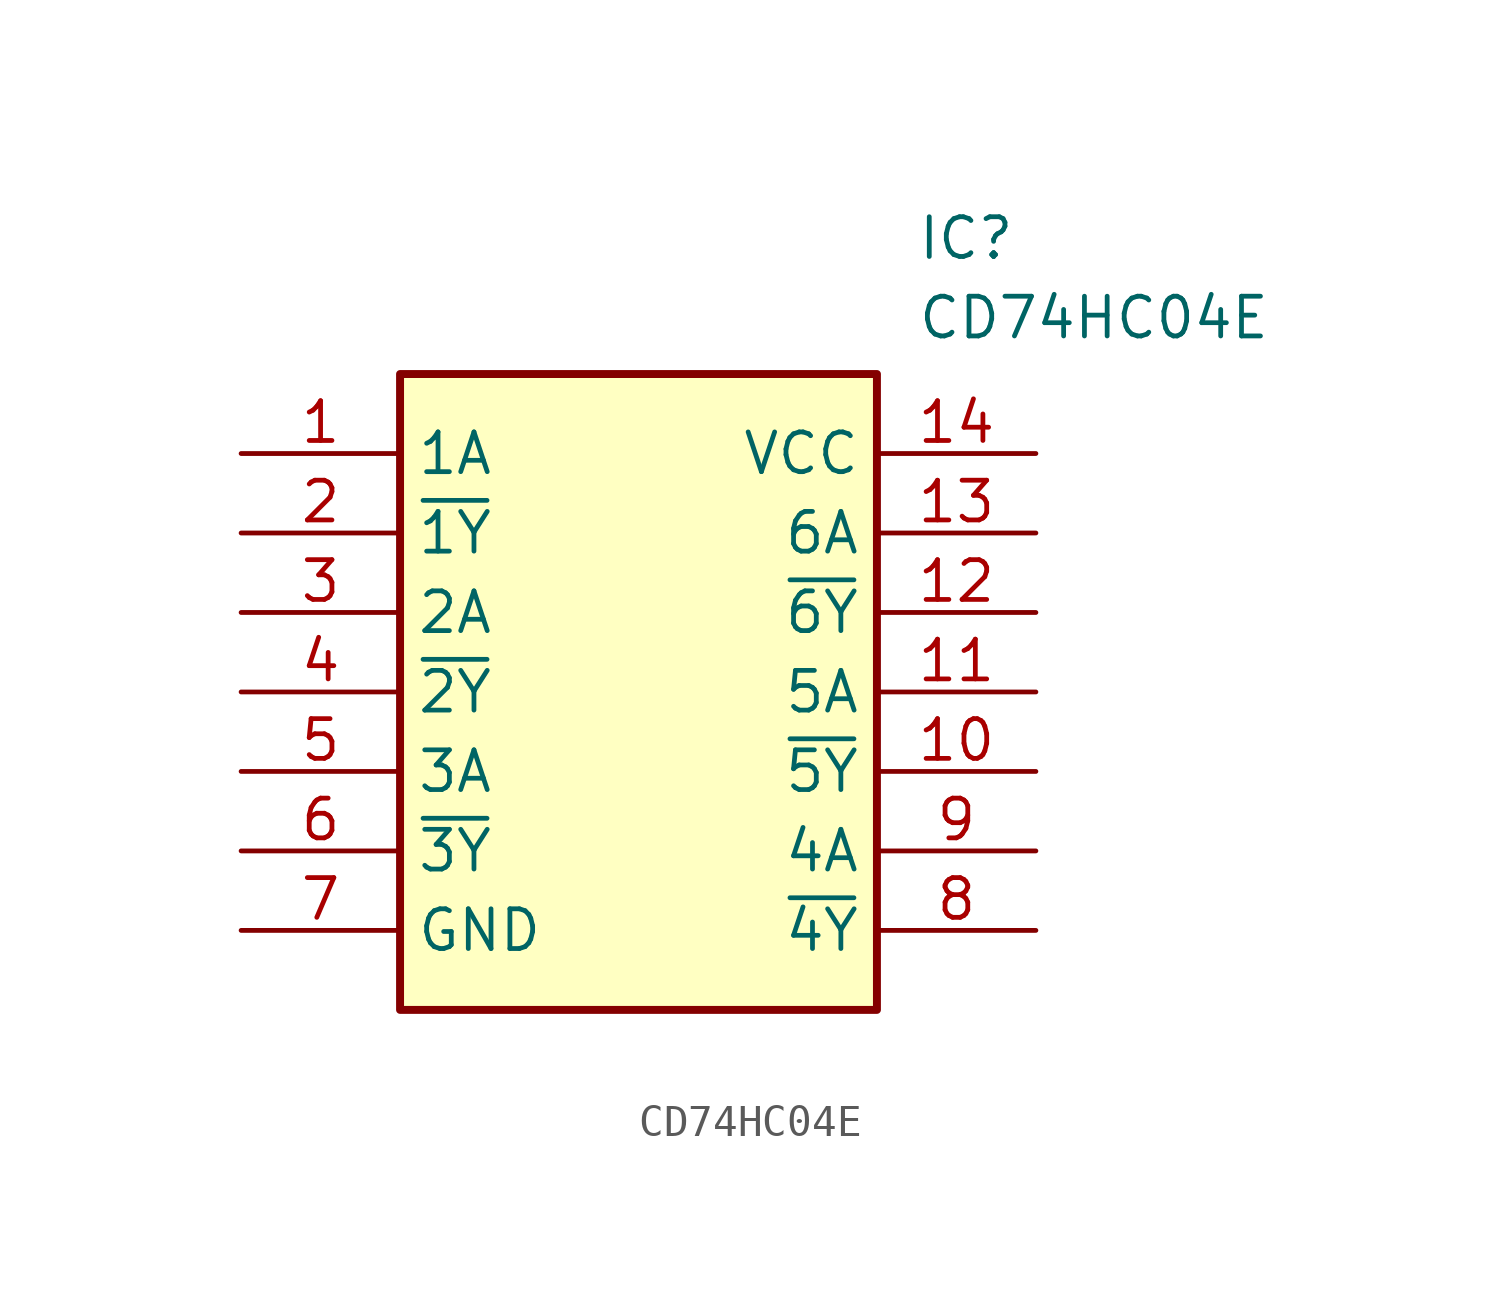
<source format=kicad_sym>
(kicad_symbol_lib
  (version 20211014)
  (generator SamacSys_ECAD_Model)
  (symbol "CD74HC04E"
    (property "Reference" "IC"
      (at 21.59 7.62 0)
      (effects (font (size 1.27 1.27)) (justify left top)))
    (property "Value" "CD74HC04E"
      (at 21.59 5.08 0)
      (effects (font (size 1.27 1.27)) (justify left top)))
    (rectangle
      (start 5.08 2.54)
      (end 20.32 -17.78)
      (stroke (width 0.254) (type default))
      (fill (type background)))
    (pin passive line
      (at 0 0 0)
      (length 5.08)
      (name "1A" (effects (font (size 1.27 1.27))))
      (number "1" (effects (font (size 1.27 1.27)))))
    (pin passive line
      (at 0 -2.54 0)
      (length 5.08)
      (name "~{1Y}" (effects (font (size 1.27 1.27))))
      (number "2" (effects (font (size 1.27 1.27)))))
    (pin passive line
      (at 0 -5.08 0)
      (length 5.08)
      (name "2A" (effects (font (size 1.27 1.27))))
      (number "3" (effects (font (size 1.27 1.27)))))
    (pin passive line
      (at 0 -7.62 0)
      (length 5.08)
      (name "~{2Y}" (effects (font (size 1.27 1.27))))
      (number "4" (effects (font (size 1.27 1.27)))))
    (pin passive line
      (at 0 -10.16 0)
      (length 5.08)
      (name "3A" (effects (font (size 1.27 1.27))))
      (number "5" (effects (font (size 1.27 1.27)))))
    (pin passive line
      (at 0 -12.7 0)
      (length 5.08)
      (name "~{3Y}" (effects (font (size 1.27 1.27))))
      (number "6" (effects (font (size 1.27 1.27)))))
    (pin passive line
      (at 0 -15.24 0)
      (length 5.08)
      (name "GND" (effects (font (size 1.27 1.27))))
      (number "7" (effects (font (size 1.27 1.27)))))
    (pin passive line
      (at 25.4 0 180)
      (length 5.08)
      (name "VCC" (effects (font (size 1.27 1.27))))
      (number "14" (effects (font (size 1.27 1.27)))))
    (pin passive line
      (at 25.4 -2.54 180)
      (length 5.08)
      (name "6A" (effects (font (size 1.27 1.27))))
      (number "13" (effects (font (size 1.27 1.27)))))
    (pin passive line
      (at 25.4 -5.08 180)
      (length 5.08)
      (name "~{6Y}" (effects (font (size 1.27 1.27))))
      (number "12" (effects (font (size 1.27 1.27)))))
    (pin passive line
      (at 25.4 -7.62 180)
      (length 5.08)
      (name "5A" (effects (font (size 1.27 1.27))))
      (number "11" (effects (font (size 1.27 1.27)))))
    (pin passive line
      (at 25.4 -10.16 180)
      (length 5.08)
      (name "~{5Y}" (effects (font (size 1.27 1.27))))
      (number "10" (effects (font (size 1.27 1.27)))))
    (pin passive line
      (at 25.4 -12.7 180)
      (length 5.08)
      (name "4A" (effects (font (size 1.27 1.27))))
      (number "9" (effects (font (size 1.27 1.27)))))
    (pin passive line
      (at 25.4 -15.24 180)
      (length 5.08)
      (name "~{4Y}" (effects (font (size 1.27 1.27))))
      (number "8" (effects (font (size 1.27 1.27)))))))
</source>
